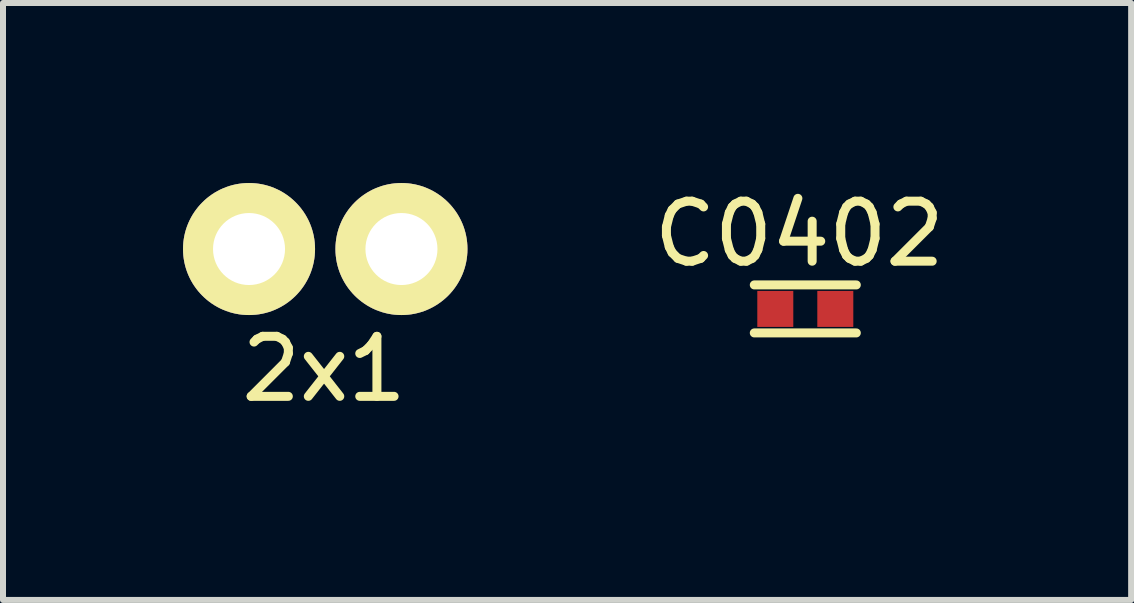
<source format=kicad_pcb>
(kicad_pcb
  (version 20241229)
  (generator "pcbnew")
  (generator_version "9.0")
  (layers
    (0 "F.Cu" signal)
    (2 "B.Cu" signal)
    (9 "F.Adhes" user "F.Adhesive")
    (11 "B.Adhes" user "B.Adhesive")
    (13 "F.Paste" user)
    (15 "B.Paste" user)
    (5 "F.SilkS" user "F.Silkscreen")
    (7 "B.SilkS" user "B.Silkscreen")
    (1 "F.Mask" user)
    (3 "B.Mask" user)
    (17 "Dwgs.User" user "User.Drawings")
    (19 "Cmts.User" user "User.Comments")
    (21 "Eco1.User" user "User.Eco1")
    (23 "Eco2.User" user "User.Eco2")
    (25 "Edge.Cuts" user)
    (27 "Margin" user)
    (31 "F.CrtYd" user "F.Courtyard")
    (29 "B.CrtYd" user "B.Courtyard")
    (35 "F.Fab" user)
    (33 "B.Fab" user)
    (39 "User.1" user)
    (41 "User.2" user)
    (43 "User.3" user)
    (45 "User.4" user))
  (footprint "2x1"
    (layer "F.Cu")
    (at 1.1 1.1)
    (property "Reference" "2x1" (at 1.25 2 0) (layer "F.SilkS") (effects (font (size 1 1) (thickness 0.15))))
    (attr through_hole)
    (pad "1" thru_hole circle (at 0 0) (size 2.2 2.2) (drill 1.2) (layers "*.Cu" "*.Mask" "F.SilkS"))
    (pad "2" thru_hole circle (at 2.54 0) (size 2.2 2.2) (drill 1.2) (layers "*.Cu" "*.Mask" "F.SilkS")))
  (footprint "C0402"
    (layer "F.Cu")
    (at 9.87 2.098)
    (property "Reference" "C0402" (at 0.4 -1.25 0) (layer "F.SilkS") (effects (font (size 1 1) (thickness 0.15))))
    (attr through_hole)
    (fp_line (start -0.35 -0.4) (end 1.35 -0.4) (stroke (width 0.15) (type solid)) (layer "F.SilkS"))
    (fp_line (start -0.35 0.4) (end 1.35 0.4) (stroke (width 0.15) (type solid)) (layer "F.SilkS"))
    (pad "1" smd rect (at 0 0) (size 0.6 0.6) (layers "F.Cu" "F.Mask" "F.Paste"))
    (pad "2" smd rect (at 1 0) (size 0.6 0.6) (layers "F.Cu" "F.Mask" "F.Paste")))
  (gr_rect
    (start -3 -3)
    (end 15.8 6.948)
    (stroke (width 0.1) (type default))
    (fill no)
    (layer "Edge.Cuts")))
</source>
